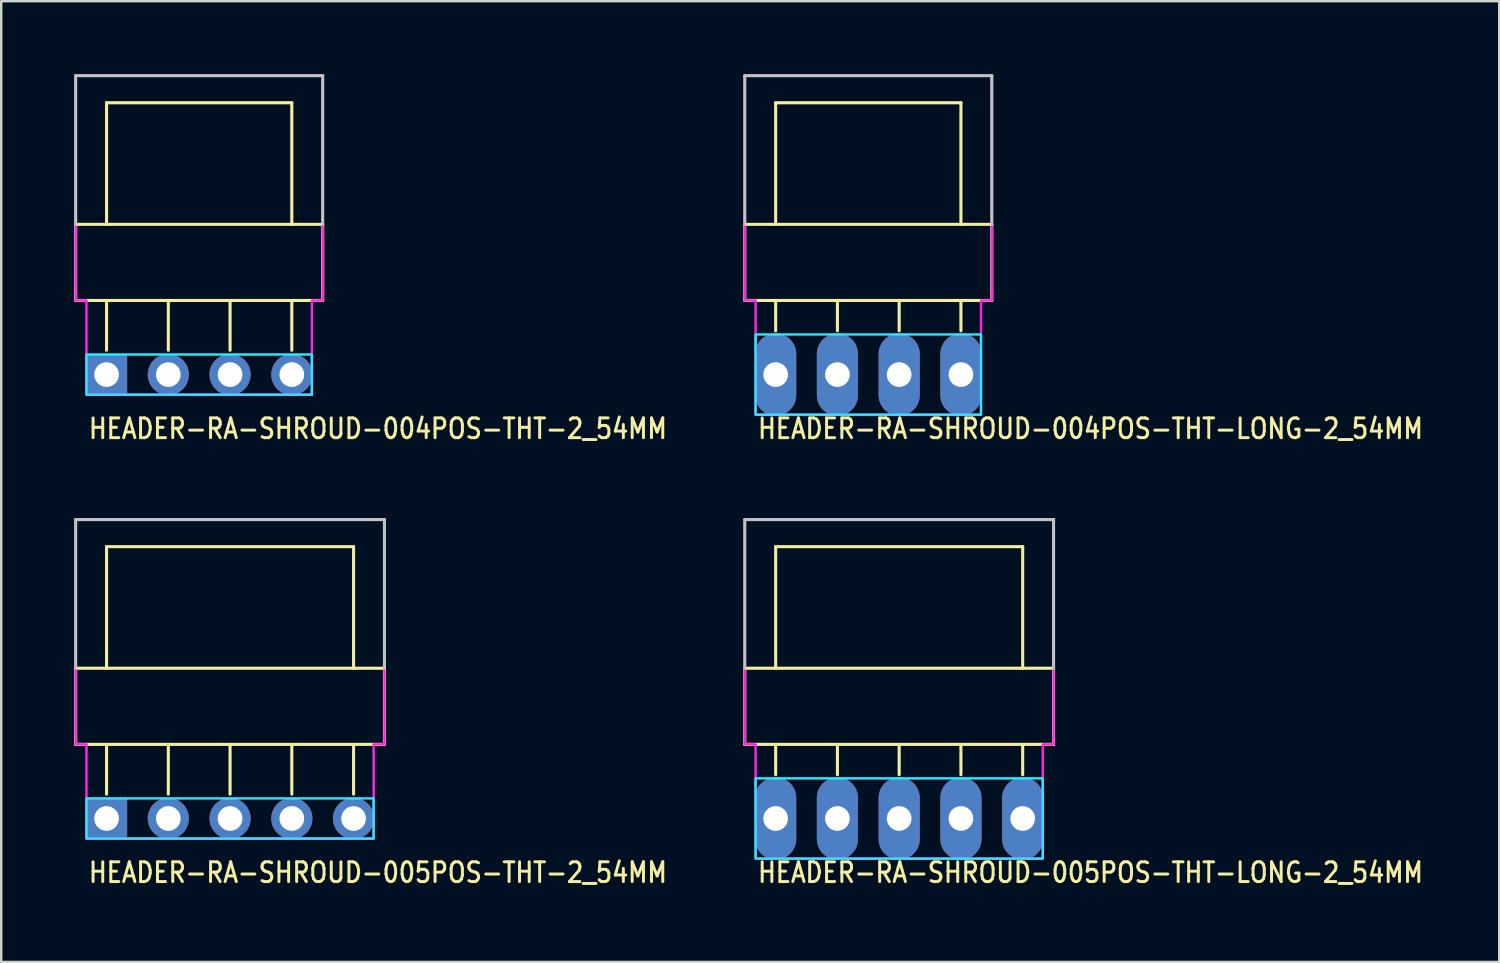
<source format=kicad_pcb>
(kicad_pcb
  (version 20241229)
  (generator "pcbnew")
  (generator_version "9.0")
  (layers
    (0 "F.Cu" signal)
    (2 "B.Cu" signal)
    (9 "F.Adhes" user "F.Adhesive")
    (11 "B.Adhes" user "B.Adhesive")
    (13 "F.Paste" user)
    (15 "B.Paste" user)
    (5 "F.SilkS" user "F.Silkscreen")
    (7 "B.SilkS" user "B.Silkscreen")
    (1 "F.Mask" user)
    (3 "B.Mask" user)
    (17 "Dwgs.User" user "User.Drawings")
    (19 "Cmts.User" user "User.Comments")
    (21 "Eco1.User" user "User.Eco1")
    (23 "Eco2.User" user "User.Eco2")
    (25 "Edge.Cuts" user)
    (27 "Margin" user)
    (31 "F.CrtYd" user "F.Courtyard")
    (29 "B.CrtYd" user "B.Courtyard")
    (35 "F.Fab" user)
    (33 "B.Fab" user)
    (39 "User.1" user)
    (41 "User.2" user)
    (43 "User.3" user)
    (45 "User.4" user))
  (footprint "HEADER-RA-SHROUD-005POS-THT-LONG-2_54MM"
    (layer "F.Cu")
    (at 28.854 30.615)
    (property "Reference" "HEADER-RA-SHROUD-005POS-THT-LONG-2_54MM" (at -0.8 2.7 0) (unlocked yes) (layer "F.SilkS") (effects (font (size 0.813 0.695) (thickness 0.122)) (justify left bottom)))
    (fp_line (start -1.27 -6.18) (end -1.27 -3.048) (stroke (width 0.127) (type solid)) (layer "F.SilkS"))
    (fp_line (start -1.27 -3.048) (end 11.43 -3.048) (stroke (width 0.127) (type solid)) (layer "F.SilkS"))
    (fp_line (start 0 -11.18) (end 0 -6.18) (stroke (width 0.127) (type solid)) (layer "F.SilkS"))
    (fp_line (start 0 -6.18) (end -1.27 -6.18) (stroke (width 0.127) (type solid)) (layer "F.SilkS"))
    (fp_line (start 0 -1.8) (end 0 -3.048) (stroke (width 0.127) (type solid)) (layer "F.SilkS"))
    (fp_line (start 2.54 -1.8) (end 2.54 -3.048) (stroke (width 0.127) (type solid)) (layer "F.SilkS"))
    (fp_line (start 5.08 -1.8) (end 5.08 -3.048) (stroke (width 0.127) (type solid)) (layer "F.SilkS"))
    (fp_line (start 7.62 -1.8) (end 7.62 -3.048) (stroke (width 0.127) (type solid)) (layer "F.SilkS"))
    (fp_line (start 10.16 -11.18) (end 0 -11.18) (stroke (width 0.127) (type solid)) (layer "F.SilkS"))
    (fp_line (start 10.16 -6.18) (end 0 -6.18) (stroke (width 0.127) (type solid)) (layer "F.SilkS"))
    (fp_line (start 10.16 -6.18) (end 10.16 -11.18) (stroke (width 0.127) (type solid)) (layer "F.SilkS"))
    (fp_line (start 10.16 -1.8) (end 10.16 -3.048) (stroke (width 0.127) (type solid)) (layer "F.SilkS"))
    (fp_line (start 11.43 -6.18) (end 10.16 -6.18) (stroke (width 0.127) (type solid)) (layer "F.SilkS"))
    (fp_line (start 11.43 -3.048) (end 11.43 -6.18) (stroke (width 0.127) (type solid)) (layer "F.SilkS"))
    (fp_line (start -1.27 -12.294) (end 11.43 -12.294) (stroke (width 0.127) (type solid)) (layer "Dwgs.User"))
    (fp_line (start -1.27 -6.18) (end -1.27 -12.294) (stroke (width 0.127) (type solid)) (layer "Dwgs.User"))
    (fp_line (start 11.43 -12.294) (end 11.43 -6.18) (stroke (width 0.127) (type solid)) (layer "Dwgs.User"))
    (fp_poly (pts (xy -0.826 -1.65) (xy -0.826 1.65) (xy 10.986 1.65) (xy 10.986 -1.65)) (stroke (width 0.1) (type solid)) (fill no) (layer "B.CrtYd"))
    (fp_poly (pts (xy -1.27 -12.294) (xy -1.27 -3.048) (xy -0.826 -3.048) (xy -0.826 1.65) (xy 10.986 1.65) (xy 10.986 -3.048) (xy 11.43 -3.048) (xy 11.43 -12.294)) (stroke (width 0.1) (type solid)) (fill no) (layer "F.CrtYd"))
    (pad "1" thru_hole oval (at 0 0 90) (size 3.387 1.693) (drill 1.016) (layers "*.Cu" "*.Mask"))
    (pad "2" thru_hole oval (at 2.54 0 90) (size 3.387 1.693) (drill 1.016) (layers "*.Cu" "*.Mask"))
    (pad "3" thru_hole oval (at 5.08 0 90) (size 3.387 1.693) (drill 1.016) (layers "*.Cu" "*.Mask"))
    (pad "4" thru_hole oval (at 7.62 0 90) (size 3.387 1.693) (drill 1.016) (layers "*.Cu" "*.Mask"))
    (pad "5" thru_hole oval (at 10.16 0 90) (size 3.387 1.693) (drill 1.016) (layers "*.Cu" "*.Mask")))
  (footprint "HEADER-RA-SHROUD-004POS-THT-2_54MM"
    (layer "F.Cu")
    (at 1.333 12.357)
    (property "Reference" "HEADER-RA-SHROUD-004POS-THT-2_54MM" (at -0.8 2.7 0) (unlocked yes) (layer "F.SilkS") (effects (font (size 0.813 0.695) (thickness 0.122)) (justify left bottom)))
    (fp_line (start -1.27 -6.18) (end -1.27 -3.048) (stroke (width 0.127) (type solid)) (layer "F.SilkS"))
    (fp_line (start -1.27 -3.048) (end 8.89 -3.048) (stroke (width 0.127) (type solid)) (layer "F.SilkS"))
    (fp_line (start 0 -11.18) (end 0 -6.18) (stroke (width 0.127) (type solid)) (layer "F.SilkS"))
    (fp_line (start 0 -6.18) (end -1.27 -6.18) (stroke (width 0.127) (type solid)) (layer "F.SilkS"))
    (fp_line (start 0 -1) (end 0 -3.048) (stroke (width 0.127) (type solid)) (layer "F.SilkS"))
    (fp_line (start 2.54 -1) (end 2.54 -3.048) (stroke (width 0.127) (type solid)) (layer "F.SilkS"))
    (fp_line (start 5.08 -1) (end 5.08 -3.048) (stroke (width 0.127) (type solid)) (layer "F.SilkS"))
    (fp_line (start 7.62 -11.18) (end 0 -11.18) (stroke (width 0.127) (type solid)) (layer "F.SilkS"))
    (fp_line (start 7.62 -6.18) (end 0 -6.18) (stroke (width 0.127) (type solid)) (layer "F.SilkS"))
    (fp_line (start 7.62 -6.18) (end 7.62 -11.18) (stroke (width 0.127) (type solid)) (layer "F.SilkS"))
    (fp_line (start 7.62 -1) (end 7.62 -3.048) (stroke (width 0.127) (type solid)) (layer "F.SilkS"))
    (fp_line (start 8.89 -6.18) (end 7.62 -6.18) (stroke (width 0.127) (type solid)) (layer "F.SilkS"))
    (fp_line (start 8.89 -3.048) (end 8.89 -6.18) (stroke (width 0.127) (type solid)) (layer "F.SilkS"))
    (fp_line (start -1.27 -12.294) (end 8.89 -12.294) (stroke (width 0.127) (type solid)) (layer "Dwgs.User"))
    (fp_line (start -1.27 -6.18) (end -1.27 -12.294) (stroke (width 0.127) (type solid)) (layer "Dwgs.User"))
    (fp_line (start 8.89 -12.294) (end 8.89 -6.18) (stroke (width 0.127) (type solid)) (layer "Dwgs.User"))
    (fp_poly (pts (xy -0.826 -0.826) (xy -0.826 0.826) (xy 8.445 0.826) (xy 8.445 -0.826)) (stroke (width 0.1) (type solid)) (fill no) (layer "B.CrtYd"))
    (fp_poly (pts (xy -1.27 -12.294) (xy -1.27 -3.048) (xy -0.826 -3.048) (xy -0.826 0.826) (xy 8.445 0.826) (xy 8.445 -3.048) (xy 8.89 -3.048) (xy 8.89 -12.294)) (stroke (width 0.1) (type solid)) (fill no) (layer "F.CrtYd"))
    (pad "P$1" thru_hole rect (at 0 0) (size 1.693 1.693) (drill 1.016) (layers "*.Cu" "*.Mask"))
    (pad "P$2" thru_hole oval (at 2.54 0) (size 1.693 1.693) (drill 1.016) (layers "*.Cu" "*.Mask"))
    (pad "P$3" thru_hole oval (at 5.08 0) (size 1.693 1.693) (drill 1.016) (layers "*.Cu" "*.Mask"))
    (pad "P$4" thru_hole oval (at 7.62 0) (size 1.693 1.693) (drill 1.016) (layers "*.Cu" "*.Mask")))
  (footprint "HEADER-RA-SHROUD-005POS-THT-2_54MM"
    (layer "F.Cu")
    (at 1.333 30.615)
    (property "Reference" "HEADER-RA-SHROUD-005POS-THT-2_54MM" (at -0.8 2.7 0) (unlocked yes) (layer "F.SilkS") (effects (font (size 0.813 0.695) (thickness 0.122)) (justify left bottom)))
    (fp_line (start -1.27 -6.18) (end -1.27 -3.048) (stroke (width 0.127) (type solid)) (layer "F.SilkS"))
    (fp_line (start -1.27 -3.048) (end 11.43 -3.048) (stroke (width 0.127) (type solid)) (layer "F.SilkS"))
    (fp_line (start 0 -11.18) (end 0 -6.18) (stroke (width 0.127) (type solid)) (layer "F.SilkS"))
    (fp_line (start 0 -6.18) (end -1.27 -6.18) (stroke (width 0.127) (type solid)) (layer "F.SilkS"))
    (fp_line (start 0 -1) (end 0 -3.048) (stroke (width 0.127) (type solid)) (layer "F.SilkS"))
    (fp_line (start 2.54 -1) (end 2.54 -3.048) (stroke (width 0.127) (type solid)) (layer "F.SilkS"))
    (fp_line (start 5.08 -1) (end 5.08 -3.048) (stroke (width 0.127) (type solid)) (layer "F.SilkS"))
    (fp_line (start 7.62 -1) (end 7.62 -3.048) (stroke (width 0.127) (type solid)) (layer "F.SilkS"))
    (fp_line (start 10.16 -11.18) (end 0 -11.18) (stroke (width 0.127) (type solid)) (layer "F.SilkS"))
    (fp_line (start 10.16 -6.18) (end 0 -6.18) (stroke (width 0.127) (type solid)) (layer "F.SilkS"))
    (fp_line (start 10.16 -6.18) (end 10.16 -11.18) (stroke (width 0.127) (type solid)) (layer "F.SilkS"))
    (fp_line (start 10.16 -1) (end 10.16 -3.048) (stroke (width 0.127) (type solid)) (layer "F.SilkS"))
    (fp_line (start 11.43 -6.18) (end 10.16 -6.18) (stroke (width 0.127) (type solid)) (layer "F.SilkS"))
    (fp_line (start 11.43 -3.048) (end 11.43 -6.18) (stroke (width 0.127) (type solid)) (layer "F.SilkS"))
    (fp_line (start -1.27 -12.294) (end 11.43 -12.294) (stroke (width 0.127) (type solid)) (layer "Dwgs.User"))
    (fp_line (start -1.27 -6.18) (end -1.27 -12.294) (stroke (width 0.127) (type solid)) (layer "Dwgs.User"))
    (fp_line (start 11.43 -12.294) (end 11.43 -6.18) (stroke (width 0.127) (type solid)) (layer "Dwgs.User"))
    (fp_poly (pts (xy -0.826 -0.826) (xy -0.826 0.826) (xy 10.986 0.826) (xy 10.986 -0.826)) (stroke (width 0.1) (type solid)) (fill no) (layer "B.CrtYd"))
    (fp_poly (pts (xy -1.27 -12.294) (xy -1.27 -3.048) (xy -0.826 -3.048) (xy -0.826 0.826) (xy 10.986 0.826) (xy 10.986 -3.048) (xy 11.43 -3.048) (xy 11.43 -12.294)) (stroke (width 0.1) (type solid)) (fill no) (layer "F.CrtYd"))
    (pad "1" thru_hole rect (at 0 0) (size 1.693 1.693) (drill 1.016) (layers "*.Cu" "*.Mask"))
    (pad "2" thru_hole oval (at 2.54 0) (size 1.693 1.693) (drill 1.016) (layers "*.Cu" "*.Mask"))
    (pad "3" thru_hole oval (at 5.08 0) (size 1.693 1.693) (drill 1.016) (layers "*.Cu" "*.Mask"))
    (pad "4" thru_hole oval (at 7.62 0) (size 1.693 1.693) (drill 1.016) (layers "*.Cu" "*.Mask"))
    (pad "5" thru_hole oval (at 10.16 0) (size 1.693 1.693) (drill 1.016) (layers "*.Cu" "*.Mask")))
  (footprint "HEADER-RA-SHROUD-004POS-THT-LONG-2_54MM"
    (layer "F.Cu")
    (at 28.854 12.357)
    (property "Reference" "HEADER-RA-SHROUD-004POS-THT-LONG-2_54MM" (at -0.8 2.7 0) (unlocked yes) (layer "F.SilkS") (effects (font (size 0.813 0.695) (thickness 0.122)) (justify left bottom)))
    (fp_line (start -1.27 -6.18) (end -1.27 -3.048) (stroke (width 0.127) (type solid)) (layer "F.SilkS"))
    (fp_line (start -1.27 -3.048) (end 8.89 -3.048) (stroke (width 0.127) (type solid)) (layer "F.SilkS"))
    (fp_line (start 0 -11.18) (end 0 -6.18) (stroke (width 0.127) (type solid)) (layer "F.SilkS"))
    (fp_line (start 0 -6.18) (end -1.27 -6.18) (stroke (width 0.127) (type solid)) (layer "F.SilkS"))
    (fp_line (start 0 -1.8) (end 0 -3.048) (stroke (width 0.127) (type solid)) (layer "F.SilkS"))
    (fp_line (start 2.54 -1.8) (end 2.54 -3.048) (stroke (width 0.127) (type solid)) (layer "F.SilkS"))
    (fp_line (start 5.08 -1.8) (end 5.08 -3.048) (stroke (width 0.127) (type solid)) (layer "F.SilkS"))
    (fp_line (start 7.62 -11.18) (end 0 -11.18) (stroke (width 0.127) (type solid)) (layer "F.SilkS"))
    (fp_line (start 7.62 -6.18) (end 0 -6.18) (stroke (width 0.127) (type solid)) (layer "F.SilkS"))
    (fp_line (start 7.62 -6.18) (end 7.62 -11.18) (stroke (width 0.127) (type solid)) (layer "F.SilkS"))
    (fp_line (start 7.62 -1.8) (end 7.62 -3.048) (stroke (width 0.127) (type solid)) (layer "F.SilkS"))
    (fp_line (start 8.89 -6.18) (end 7.62 -6.18) (stroke (width 0.127) (type solid)) (layer "F.SilkS"))
    (fp_line (start 8.89 -3.048) (end 8.89 -6.18) (stroke (width 0.127) (type solid)) (layer "F.SilkS"))
    (fp_line (start -1.27 -12.294) (end 8.89 -12.294) (stroke (width 0.127) (type solid)) (layer "Dwgs.User"))
    (fp_line (start -1.27 -6.18) (end -1.27 -12.294) (stroke (width 0.127) (type solid)) (layer "Dwgs.User"))
    (fp_line (start 8.89 -12.294) (end 8.89 -6.18) (stroke (width 0.127) (type solid)) (layer "Dwgs.User"))
    (fp_poly (pts (xy -0.826 -1.65) (xy -0.826 1.65) (xy 8.445 1.65) (xy 8.445 -1.65)) (stroke (width 0.1) (type solid)) (fill no) (layer "B.CrtYd"))
    (fp_poly (pts (xy -1.27 -12.294) (xy -1.27 -3.048) (xy -0.826 -3.048) (xy -0.826 1.65) (xy 8.445 1.65) (xy 8.445 -3.048) (xy 8.89 -3.048) (xy 8.89 -12.294)) (stroke (width 0.1) (type solid)) (fill no) (layer "F.CrtYd"))
    (pad "P$1" thru_hole oval (at 0 0 90) (size 3.387 1.693) (drill 1.016) (layers "*.Cu" "*.Mask"))
    (pad "P$2" thru_hole oval (at 2.54 0 90) (size 3.387 1.693) (drill 1.016) (layers "*.Cu" "*.Mask"))
    (pad "P$3" thru_hole oval (at 5.08 0 90) (size 3.387 1.693) (drill 1.016) (layers "*.Cu" "*.Mask"))
    (pad "P$4" thru_hole oval (at 7.62 0 90) (size 3.387 1.693) (drill 1.016) (layers "*.Cu" "*.Mask")))
  (gr_rect
    (start -3 -3)
    (end 58.615 36.515)
    (stroke (width 0.1) (type default))
    (fill no)
    (layer "Edge.Cuts")))
</source>
